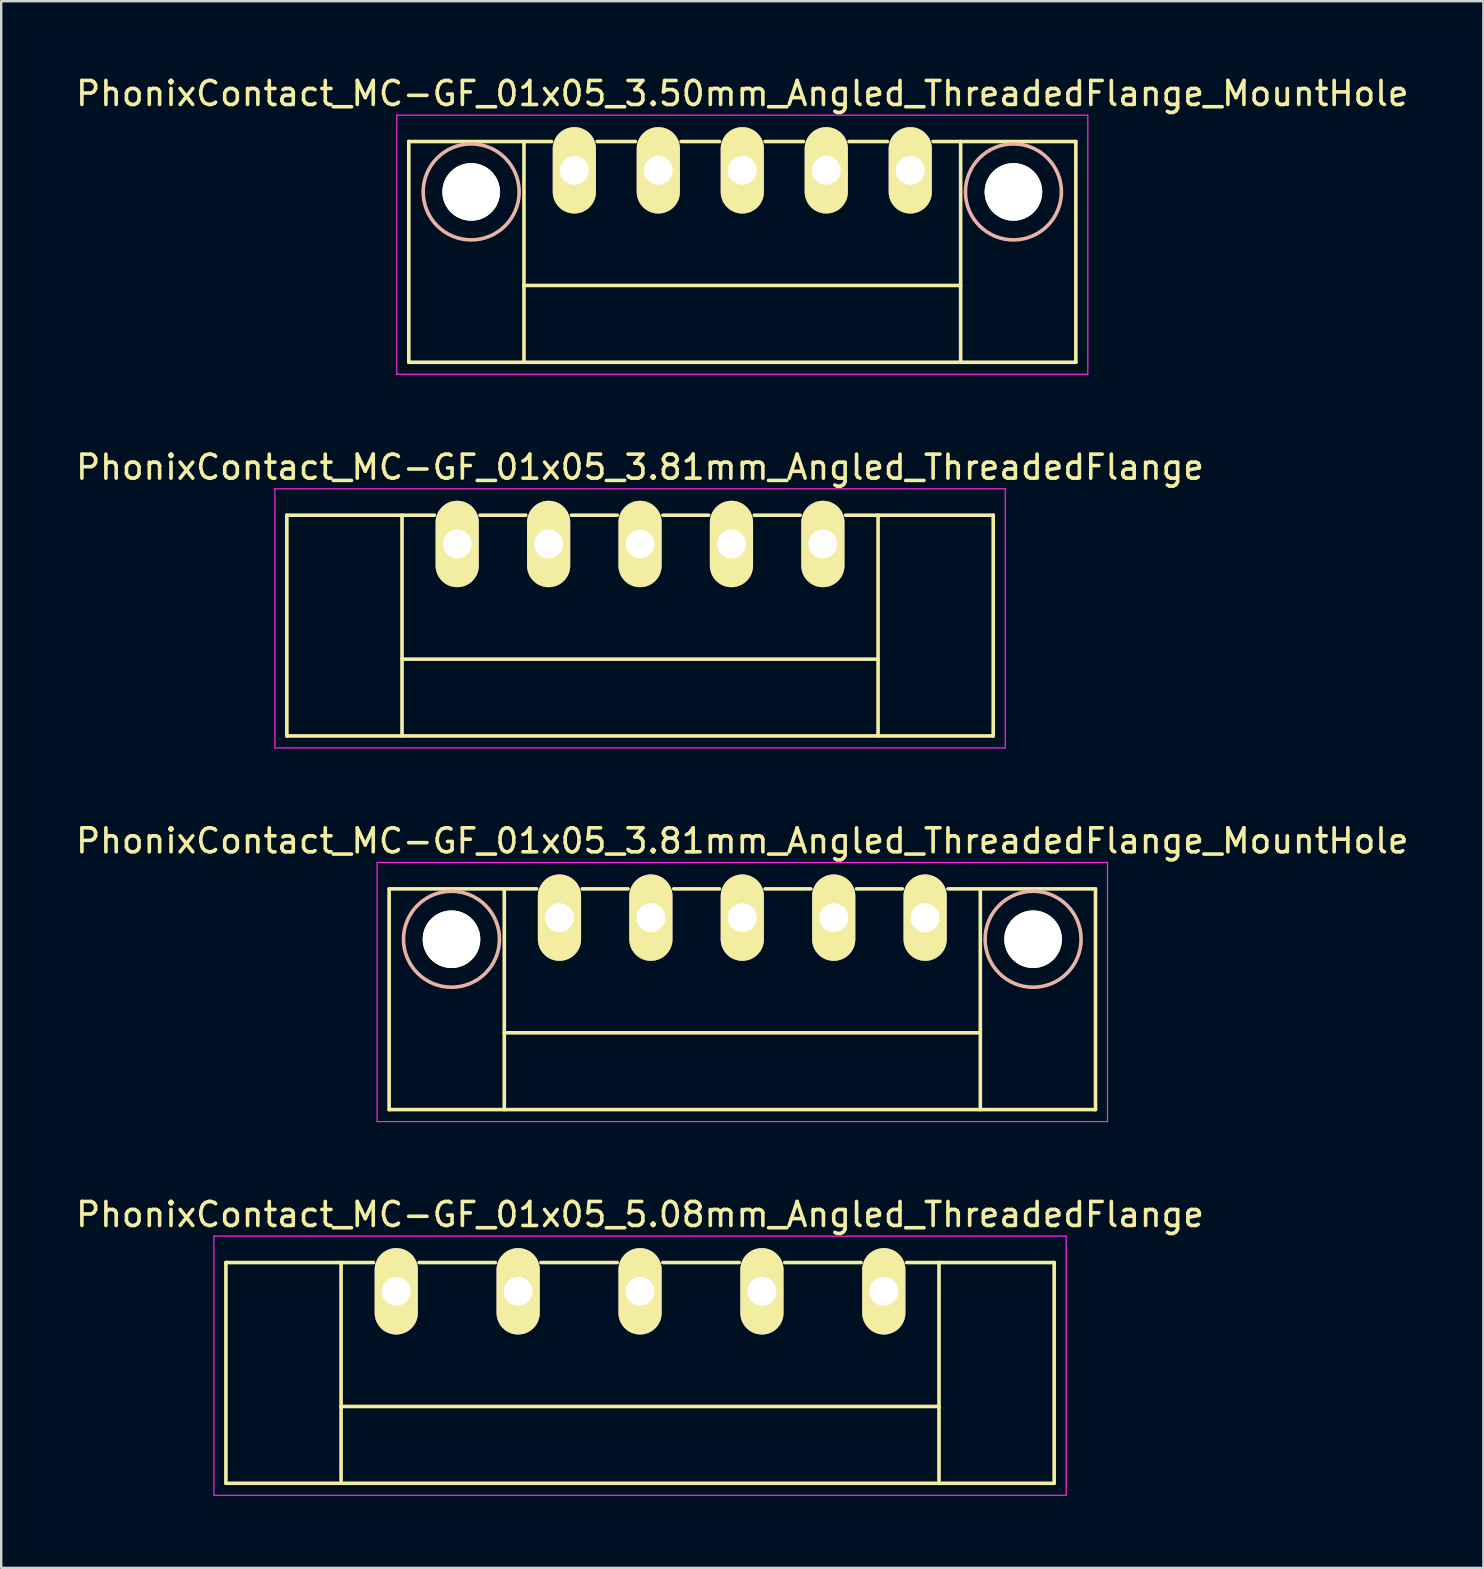
<source format=kicad_pcb>
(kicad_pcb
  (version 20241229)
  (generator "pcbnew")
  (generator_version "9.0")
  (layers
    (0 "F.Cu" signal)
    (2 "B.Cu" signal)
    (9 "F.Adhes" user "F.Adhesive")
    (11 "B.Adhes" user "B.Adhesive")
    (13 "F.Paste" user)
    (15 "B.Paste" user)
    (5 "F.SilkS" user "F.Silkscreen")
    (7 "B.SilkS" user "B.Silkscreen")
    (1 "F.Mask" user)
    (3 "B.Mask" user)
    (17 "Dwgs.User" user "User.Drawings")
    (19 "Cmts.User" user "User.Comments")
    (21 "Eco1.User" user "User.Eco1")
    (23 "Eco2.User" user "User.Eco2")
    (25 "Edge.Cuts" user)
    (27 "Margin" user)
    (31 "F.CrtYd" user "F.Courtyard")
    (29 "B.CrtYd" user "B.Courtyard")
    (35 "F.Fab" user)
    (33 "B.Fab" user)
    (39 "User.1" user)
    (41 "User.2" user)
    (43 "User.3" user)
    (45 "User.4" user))
  (footprint "PhonixContact_MC-GF_01x05_5.08mm_Angled_ThreadedFlange"
    (layer "F.Cu")
    (at 13.465 50.768)
    (property "Reference" "PhonixContact_MC-GF_01x05_5.08mm_Angled_ThreadedFlange" (at 10.16 -3.2 0) (layer "F.SilkS") (effects (font (size 1 1) (thickness 0.15))))
    (attr through_hole)
    (fp_line (start -7.1 -1.2) (end -7.1 8) (stroke (width 0.15) (type solid)) (layer "F.SilkS"))
    (fp_line (start -7.1 -1.2) (end -0.95 -1.2) (stroke (width 0.15) (type solid)) (layer "F.SilkS"))
    (fp_line (start -7.1 8) (end 27.42 8) (stroke (width 0.15) (type solid)) (layer "F.SilkS"))
    (fp_line (start -2.3 -1.2) (end -2.3 8) (stroke (width 0.15) (type solid)) (layer "F.SilkS"))
    (fp_line (start -2.3 4.8) (end 22.62 4.8) (stroke (width 0.15) (type solid)) (layer "F.SilkS"))
    (fp_line (start 0.95 -1.2) (end 4.13 -1.2) (stroke (width 0.15) (type solid)) (layer "F.SilkS"))
    (fp_line (start 6.03 -1.2) (end 9.21 -1.2) (stroke (width 0.15) (type solid)) (layer "F.SilkS"))
    (fp_line (start 11.11 -1.2) (end 14.29 -1.2) (stroke (width 0.15) (type solid)) (layer "F.SilkS"))
    (fp_line (start 16.19 -1.2) (end 19.37 -1.2) (stroke (width 0.15) (type solid)) (layer "F.SilkS"))
    (fp_line (start 22.62 -1.2) (end 22.62 8) (stroke (width 0.15) (type solid)) (layer "F.SilkS"))
    (fp_line (start 27.42 -1.2) (end 21.27 -1.2) (stroke (width 0.15) (type solid)) (layer "F.SilkS"))
    (fp_line (start 27.42 8) (end 27.42 -1.2) (stroke (width 0.15) (type solid)) (layer "F.SilkS"))
    (fp_line (start -7.6 -2.3) (end -7.6 8.5) (stroke (width 0.05) (type solid)) (layer "F.CrtYd"))
    (fp_line (start -7.6 8.5) (end 27.92 8.5) (stroke (width 0.05) (type solid)) (layer "F.CrtYd"))
    (fp_line (start 27.92 -2.3) (end -7.6 -2.3) (stroke (width 0.05) (type solid)) (layer "F.CrtYd"))
    (fp_line (start 27.92 8.5) (end 27.92 -2.3) (stroke (width 0.05) (type solid)) (layer "F.CrtYd"))
    (pad "1" thru_hole oval (at 0 0) (size 1.8 3.6) (drill 1.2) (layers "*.Cu" "*.Mask" "F.SilkS"))
    (pad "2" thru_hole oval (at 5.08 0) (size 1.8 3.6) (drill 1.2) (layers "*.Cu" "*.Mask" "F.SilkS"))
    (pad "3" thru_hole oval (at 10.16 0) (size 1.8 3.6) (drill 1.2) (layers "*.Cu" "*.Mask" "F.SilkS"))
    (pad "4" thru_hole oval (at 15.24 0) (size 1.8 3.6) (drill 1.2) (layers "*.Cu" "*.Mask" "F.SilkS"))
    (pad "5" thru_hole oval (at 20.32 0) (size 1.8 3.6) (drill 1.2) (layers "*.Cu" "*.Mask" "F.SilkS")))
  (footprint "PhonixContact_MC-GF_01x05_3.50mm_Angled_ThreadedFlange_MountHole"
    (layer "F.Cu")
    (at 20.887 4.048)
    (property "Reference" "PhonixContact_MC-GF_01x05_3.50mm_Angled_ThreadedFlange_MountHole" (at 7 -3.2 0) (layer "F.SilkS") (effects (font (size 1 1) (thickness 0.15))))
    (attr through_hole)
    (fp_line (start -6.9 -1.2) (end -6.9 8) (stroke (width 0.15) (type solid)) (layer "F.SilkS"))
    (fp_line (start -6.9 -1.2) (end -0.95 -1.2) (stroke (width 0.15) (type solid)) (layer "F.SilkS"))
    (fp_line (start -6.9 8) (end 20.9 8) (stroke (width 0.15) (type solid)) (layer "F.SilkS"))
    (fp_line (start -2.1 -1.2) (end -2.1 8) (stroke (width 0.15) (type solid)) (layer "F.SilkS"))
    (fp_line (start -2.1 4.8) (end 16.1 4.8) (stroke (width 0.15) (type solid)) (layer "F.SilkS"))
    (fp_line (start 0.95 -1.2) (end 2.55 -1.2) (stroke (width 0.15) (type solid)) (layer "F.SilkS"))
    (fp_line (start 4.45 -1.2) (end 6.05 -1.2) (stroke (width 0.15) (type solid)) (layer "F.SilkS"))
    (fp_line (start 7.95 -1.2) (end 9.55 -1.2) (stroke (width 0.15) (type solid)) (layer "F.SilkS"))
    (fp_line (start 11.45 -1.2) (end 13.05 -1.2) (stroke (width 0.15) (type solid)) (layer "F.SilkS"))
    (fp_line (start 16.1 -1.2) (end 16.1 8) (stroke (width 0.15) (type solid)) (layer "F.SilkS"))
    (fp_line (start 20.9 -1.2) (end 14.95 -1.2) (stroke (width 0.15) (type solid)) (layer "F.SilkS"))
    (fp_line (start 20.9 8) (end 20.9 -1.2) (stroke (width 0.15) (type solid)) (layer "F.SilkS"))
    (fp_circle (center -4.3 0.9) (end -2.3 0.9) (stroke (width 0.15) (type solid)) (fill no) (layer "B.SilkS"))
    (fp_circle (center 18.3 0.9) (end 20.3 0.9) (stroke (width 0.15) (type solid)) (fill no) (layer "B.SilkS"))
    (fp_line (start -7.4 -2.3) (end -7.4 8.5) (stroke (width 0.05) (type solid)) (layer "F.CrtYd"))
    (fp_line (start -7.4 8.5) (end 21.4 8.5) (stroke (width 0.05) (type solid)) (layer "F.CrtYd"))
    (fp_line (start 21.4 -2.3) (end -7.4 -2.3) (stroke (width 0.05) (type solid)) (layer "F.CrtYd"))
    (fp_line (start 21.4 8.5) (end 21.4 -2.3) (stroke (width 0.05) (type solid)) (layer "F.CrtYd"))
    (pad "" np_thru_hole circle (at -4.3 0.9) (size 2.4 2.4) (drill 2.4) (layers "*.Cu" "*.Mask" "F.SilkS"))
    (pad "" np_thru_hole circle (at 18.3 0.9) (size 2.4 2.4) (drill 2.4) (layers "*.Cu" "*.Mask" "F.SilkS"))
    (pad "1" thru_hole oval (at 0 0) (size 1.8 3.6) (drill 1.2) (layers "*.Cu" "*.Mask" "F.SilkS"))
    (pad "2" thru_hole oval (at 3.5 0) (size 1.8 3.6) (drill 1.2) (layers "*.Cu" "*.Mask" "F.SilkS"))
    (pad "3" thru_hole oval (at 7 0) (size 1.8 3.6) (drill 1.2) (layers "*.Cu" "*.Mask" "F.SilkS"))
    (pad "4" thru_hole oval (at 10.5 0) (size 1.8 3.6) (drill 1.2) (layers "*.Cu" "*.Mask" "F.SilkS"))
    (pad "5" thru_hole oval (at 14 0) (size 1.8 3.6) (drill 1.2) (layers "*.Cu" "*.Mask" "F.SilkS")))
  (footprint "PhonixContact_MC-GF_01x05_3.81mm_Angled_ThreadedFlange"
    (layer "F.Cu")
    (at 16.005 19.622)
    (property "Reference" "PhonixContact_MC-GF_01x05_3.81mm_Angled_ThreadedFlange" (at 7.62 -3.2 0) (layer "F.SilkS") (effects (font (size 1 1) (thickness 0.15))))
    (attr through_hole)
    (fp_line (start -7.1 -1.2) (end -7.1 8) (stroke (width 0.15) (type solid)) (layer "F.SilkS"))
    (fp_line (start -7.1 -1.2) (end -0.95 -1.2) (stroke (width 0.15) (type solid)) (layer "F.SilkS"))
    (fp_line (start -7.1 8) (end 22.34 8) (stroke (width 0.15) (type solid)) (layer "F.SilkS"))
    (fp_line (start -2.3 -1.2) (end -2.3 8) (stroke (width 0.15) (type solid)) (layer "F.SilkS"))
    (fp_line (start -2.3 4.8) (end 17.54 4.8) (stroke (width 0.15) (type solid)) (layer "F.SilkS"))
    (fp_line (start 0.95 -1.2) (end 2.86 -1.2) (stroke (width 0.15) (type solid)) (layer "F.SilkS"))
    (fp_line (start 4.76 -1.2) (end 6.67 -1.2) (stroke (width 0.15) (type solid)) (layer "F.SilkS"))
    (fp_line (start 8.57 -1.2) (end 10.48 -1.2) (stroke (width 0.15) (type solid)) (layer "F.SilkS"))
    (fp_line (start 12.38 -1.2) (end 14.29 -1.2) (stroke (width 0.15) (type solid)) (layer "F.SilkS"))
    (fp_line (start 17.54 -1.2) (end 17.54 8) (stroke (width 0.15) (type solid)) (layer "F.SilkS"))
    (fp_line (start 22.34 -1.2) (end 16.19 -1.2) (stroke (width 0.15) (type solid)) (layer "F.SilkS"))
    (fp_line (start 22.34 8) (end 22.34 -1.2) (stroke (width 0.15) (type solid)) (layer "F.SilkS"))
    (fp_line (start -7.6 -2.3) (end -7.6 8.5) (stroke (width 0.05) (type solid)) (layer "F.CrtYd"))
    (fp_line (start -7.6 8.5) (end 22.84 8.5) (stroke (width 0.05) (type solid)) (layer "F.CrtYd"))
    (fp_line (start 22.84 -2.3) (end -7.6 -2.3) (stroke (width 0.05) (type solid)) (layer "F.CrtYd"))
    (fp_line (start 22.84 8.5) (end 22.84 -2.3) (stroke (width 0.05) (type solid)) (layer "F.CrtYd"))
    (pad "1" thru_hole oval (at 0 0) (size 1.8 3.6) (drill 1.2) (layers "*.Cu" "*.Mask" "F.SilkS"))
    (pad "2" thru_hole oval (at 3.81 0) (size 1.8 3.6) (drill 1.2) (layers "*.Cu" "*.Mask" "F.SilkS"))
    (pad "3" thru_hole oval (at 7.62 0) (size 1.8 3.6) (drill 1.2) (layers "*.Cu" "*.Mask" "F.SilkS"))
    (pad "4" thru_hole oval (at 11.43 0) (size 1.8 3.6) (drill 1.2) (layers "*.Cu" "*.Mask" "F.SilkS"))
    (pad "5" thru_hole oval (at 15.24 0) (size 1.8 3.6) (drill 1.2) (layers "*.Cu" "*.Mask" "F.SilkS")))
  (footprint "PhonixContact_MC-GF_01x05_3.81mm_Angled_ThreadedFlange_MountHole"
    (layer "F.Cu")
    (at 20.267 35.195)
    (property "Reference" "PhonixContact_MC-GF_01x05_3.81mm_Angled_ThreadedFlange_MountHole" (at 7.62 -3.2 0) (layer "F.SilkS") (effects (font (size 1 1) (thickness 0.15))))
    (attr through_hole)
    (fp_line (start -7.1 -1.2) (end -7.1 8) (stroke (width 0.15) (type solid)) (layer "F.SilkS"))
    (fp_line (start -7.1 -1.2) (end -0.95 -1.2) (stroke (width 0.15) (type solid)) (layer "F.SilkS"))
    (fp_line (start -7.1 8) (end 22.34 8) (stroke (width 0.15) (type solid)) (layer "F.SilkS"))
    (fp_line (start -2.3 -1.2) (end -2.3 8) (stroke (width 0.15) (type solid)) (layer "F.SilkS"))
    (fp_line (start -2.3 4.8) (end 17.54 4.8) (stroke (width 0.15) (type solid)) (layer "F.SilkS"))
    (fp_line (start 0.95 -1.2) (end 2.86 -1.2) (stroke (width 0.15) (type solid)) (layer "F.SilkS"))
    (fp_line (start 4.76 -1.2) (end 6.67 -1.2) (stroke (width 0.15) (type solid)) (layer "F.SilkS"))
    (fp_line (start 8.57 -1.2) (end 10.48 -1.2) (stroke (width 0.15) (type solid)) (layer "F.SilkS"))
    (fp_line (start 12.38 -1.2) (end 14.29 -1.2) (stroke (width 0.15) (type solid)) (layer "F.SilkS"))
    (fp_line (start 17.54 -1.2) (end 17.54 8) (stroke (width 0.15) (type solid)) (layer "F.SilkS"))
    (fp_line (start 22.34 -1.2) (end 16.19 -1.2) (stroke (width 0.15) (type solid)) (layer "F.SilkS"))
    (fp_line (start 22.34 8) (end 22.34 -1.2) (stroke (width 0.15) (type solid)) (layer "F.SilkS"))
    (fp_circle (center -4.5 0.9) (end -2.5 0.9) (stroke (width 0.15) (type solid)) (fill no) (layer "B.SilkS"))
    (fp_circle (center 19.74 0.9) (end 21.74 0.9) (stroke (width 0.15) (type solid)) (fill no) (layer "B.SilkS"))
    (fp_line (start -7.6 -2.3) (end -7.6 8.5) (stroke (width 0.05) (type solid)) (layer "F.CrtYd"))
    (fp_line (start -7.6 8.5) (end 22.84 8.5) (stroke (width 0.05) (type solid)) (layer "F.CrtYd"))
    (fp_line (start 22.84 -2.3) (end -7.6 -2.3) (stroke (width 0.05) (type solid)) (layer "F.CrtYd"))
    (fp_line (start 22.84 8.5) (end 22.84 -2.3) (stroke (width 0.05) (type solid)) (layer "F.CrtYd"))
    (pad "" np_thru_hole circle (at -4.5 0.9) (size 2.4 2.4) (drill 2.4) (layers "*.Cu" "*.Mask" "F.SilkS"))
    (pad "" np_thru_hole circle (at 19.74 0.9) (size 2.4 2.4) (drill 2.4) (layers "*.Cu" "*.Mask" "F.SilkS"))
    (pad "1" thru_hole oval (at 0 0) (size 1.8 3.6) (drill 1.2) (layers "*.Cu" "*.Mask" "F.SilkS"))
    (pad "2" thru_hole oval (at 3.81 0) (size 1.8 3.6) (drill 1.2) (layers "*.Cu" "*.Mask" "F.SilkS"))
    (pad "3" thru_hole oval (at 7.62 0) (size 1.8 3.6) (drill 1.2) (layers "*.Cu" "*.Mask" "F.SilkS"))
    (pad "4" thru_hole oval (at 11.43 0) (size 1.8 3.6) (drill 1.2) (layers "*.Cu" "*.Mask" "F.SilkS"))
    (pad "5" thru_hole oval (at 15.24 0) (size 1.8 3.6) (drill 1.2) (layers "*.Cu" "*.Mask" "F.SilkS")))
  (gr_rect
    (start -3 -3)
    (end 58.774 62.293)
    (stroke (width 0.1) (type default))
    (fill no)
    (layer "Edge.Cuts")))
</source>
